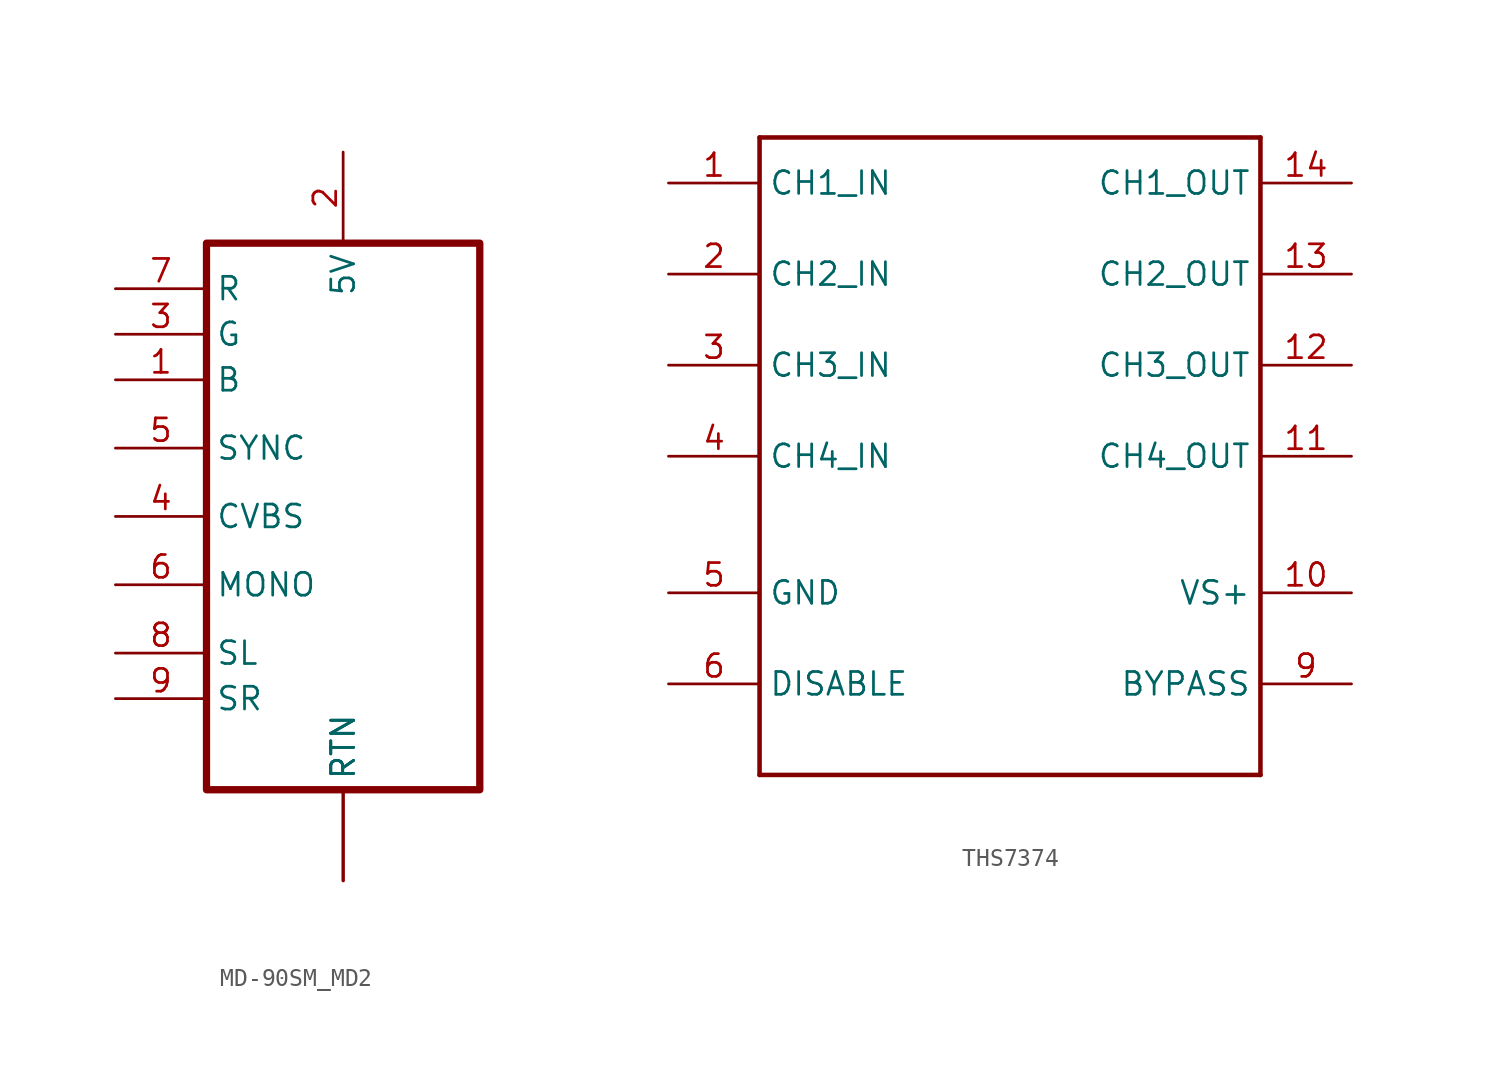
<source format=kicad_sym>
(kicad_symbol_lib
  (version 20241209)
  (generator "kicad_symbol_editor")
  (generator_version "9.0")
  (symbol "MD-90SM_MD2"
    (property "Reference" "U"
      (at 0 0 0)
      (effects (font (size 1.27 1.27)) (hide yes)))
    (property "Value" ""
      (at 0 0 0)
      (effects (font (size 1.27 1.27))))
    (symbol "MD-90SM_MD2_1_0"
      (pin bidirectional line (at -12.7 13.97 0) (length 5.08) (name "R" (effects (font (size 1.27 1.27)))) (number "7" (effects (font (size 1.27 1.27)))))
      (pin bidirectional line (at -12.7 11.43 0) (length 5.08) (name "G" (effects (font (size 1.27 1.27)))) (number "3" (effects (font (size 1.27 1.27)))))
      (pin bidirectional line (at -12.7 8.89 0) (length 5.08) (name "B" (effects (font (size 1.27 1.27)))) (number "1" (effects (font (size 1.27 1.27)))))
      (pin bidirectional line (at -12.7 5.08 0) (length 5.08) (name "SYNC" (effects (font (size 1.27 1.27)))) (number "5" (effects (font (size 1.27 1.27)))))
      (pin bidirectional line (at -12.7 1.27 0) (length 5.08) (name "CVBS" (effects (font (size 1.27 1.27)))) (number "4" (effects (font (size 1.27 1.27)))))
      (pin bidirectional line (at -12.7 -2.54 0) (length 5.08) (name "MONO" (effects (font (size 1.27 1.27)))) (number "6" (effects (font (size 1.27 1.27)))))
      (pin bidirectional line (at -12.7 -6.35 0) (length 5.08) (name "SL" (effects (font (size 1.27 1.27)))) (number "8" (effects (font (size 1.27 1.27)))))
      (pin bidirectional line (at -12.7 -8.89 0) (length 5.08) (name "SR" (effects (font (size 1.27 1.27)))) (number "9" (effects (font (size 1.27 1.27)))))
      (pin bidirectional line (at 0 21.59 270) (length 5.08) (name "5V" (effects (font (size 1.27 1.27)))) (number "2" (effects (font (size 1.27 1.27)))))
      (pin bidirectional line (at 0 -19.05 90) (length 5.08) (name "RTN" (effects (font (size 1.27 1.27)))) (number "S1" (effects (font (size 0 0)))))
      (pin bidirectional line (at 0 -19.05 90) (length 5.08) (name "RTN" (effects (font (size 1.27 1.27)))) (number "S2" (effects (font (size 0 0)))))
      (pin bidirectional line (at 0 -19.05 90) (length 5.08) (name "RTN" (effects (font (size 1.27 1.27)))) (number "S3" (effects (font (size 0 0))))))
    (symbol "MD-90SM_MD2_1_1"
      (rectangle (start -7.62 16.51) (end 7.62 -13.97) (stroke (width 0.406) (type solid)) (fill (type none)))))
  (symbol "THS7374"
    (property "Reference" "U"
      (at 0 0 0)
      (effects (font (size 1.27 1.27)) (hide yes)))
    (property "Value" ""
      (at 0 0 0)
      (effects (font (size 1.27 1.27))))
    (symbol "THS7374_1_0"
      (polyline (pts (xy -10.16 10.16) (xy -10.16 -25.4)) (stroke (width 0.254) (type default)) (fill (type none)))
      (polyline (pts (xy -10.16 -25.4) (xy 17.78 -25.4)) (stroke (width 0.254) (type default)) (fill (type none)))
      (polyline (pts (xy 17.78 10.16) (xy -10.16 10.16)) (stroke (width 0.254) (type default)) (fill (type none)))
      (polyline (pts (xy 17.78 -25.4) (xy 17.78 10.16)) (stroke (width 0.254) (type default)) (fill (type none)))
      (pin bidirectional line (at -15.24 7.62 0) (length 5.08) (name "CH1_IN" (effects (font (size 1.27 1.27)))) (number "1" (effects (font (size 1.27 1.27)))))
      (pin bidirectional line (at -15.24 2.54 0) (length 5.08) (name "CH2_IN" (effects (font (size 1.27 1.27)))) (number "2" (effects (font (size 1.27 1.27)))))
      (pin bidirectional line (at -15.24 -2.54 0) (length 5.08) (name "CH3_IN" (effects (font (size 1.27 1.27)))) (number "3" (effects (font (size 1.27 1.27)))))
      (pin bidirectional line (at -15.24 -7.62 0) (length 5.08) (name "CH4_IN" (effects (font (size 1.27 1.27)))) (number "4" (effects (font (size 1.27 1.27)))))
      (pin bidirectional line (at -15.24 -15.24 0) (length 5.08) (name "GND" (effects (font (size 1.27 1.27)))) (number "5" (effects (font (size 1.27 1.27)))))
      (pin bidirectional line (at -15.24 -20.32 0) (length 5.08) (name "DISABLE" (effects (font (size 1.27 1.27)))) (number "6" (effects (font (size 1.27 1.27)))))
      (pin bidirectional line (at 22.86 7.62 180) (length 5.08) (name "CH1_OUT" (effects (font (size 1.27 1.27)))) (number "14" (effects (font (size 1.27 1.27)))))
      (pin bidirectional line (at 22.86 2.54 180) (length 5.08) (name "CH2_OUT" (effects (font (size 1.27 1.27)))) (number "13" (effects (font (size 1.27 1.27)))))
      (pin bidirectional line (at 22.86 -2.54 180) (length 5.08) (name "CH3_OUT" (effects (font (size 1.27 1.27)))) (number "12" (effects (font (size 1.27 1.27)))))
      (pin bidirectional line (at 22.86 -7.62 180) (length 5.08) (name "CH4_OUT" (effects (font (size 1.27 1.27)))) (number "11" (effects (font (size 1.27 1.27)))))
      (pin bidirectional line (at 22.86 -15.24 180) (length 5.08) (name "VS+" (effects (font (size 1.27 1.27)))) (number "10" (effects (font (size 1.27 1.27)))))
      (pin bidirectional line (at 22.86 -20.32 180) (length 5.08) (name "BYPASS" (effects (font (size 1.27 1.27)))) (number "9" (effects (font (size 1.27 1.27))))))))
</source>
